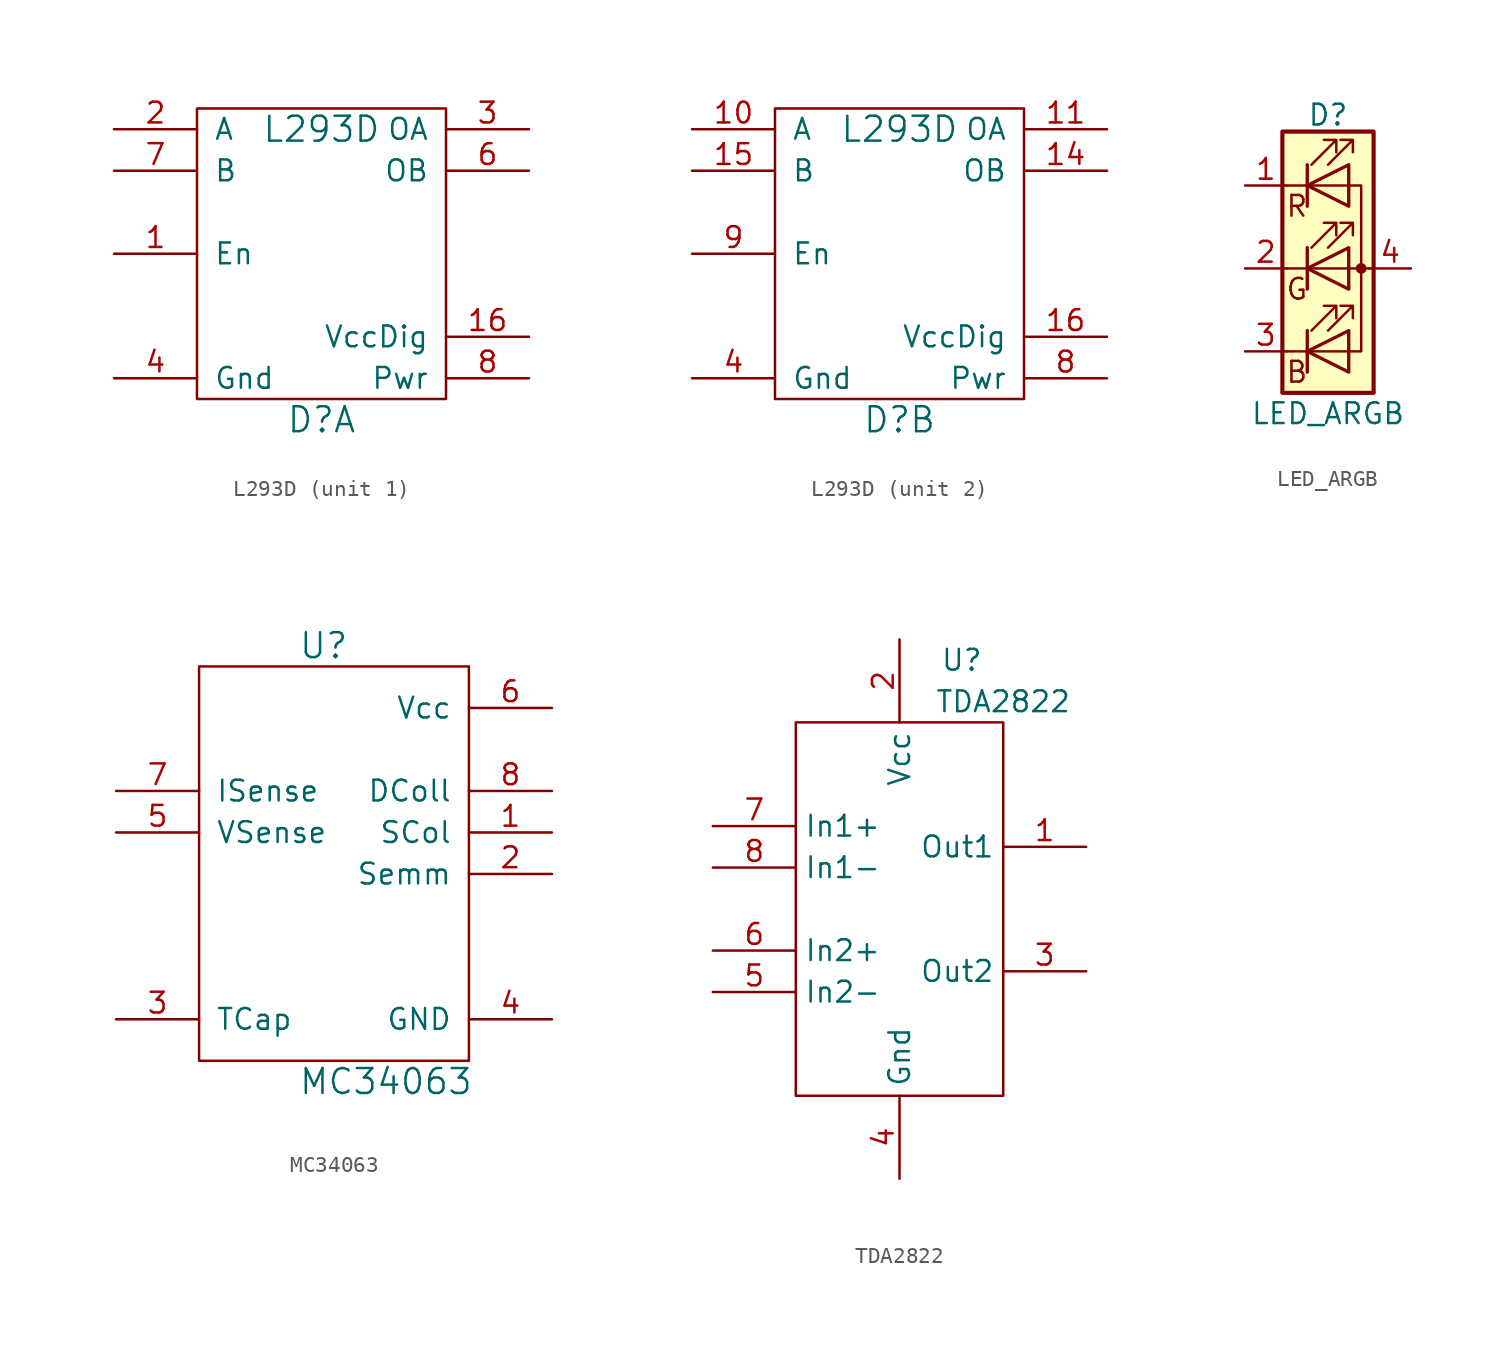
<source format=kicad_sym>
(kicad_symbol_lib
  (version 20211014)
  (generator kicad_symbol_editor)
  (symbol "L293D"
    (pin_names
      (offset 1.016))
    (property "Reference" "D"
      (at 3.81 0 0)
      (effects (font (size 1.524 1.524))))
    (property "Value" "L293D"
      (at 3.81 17.78 0)
      (effects (font (size 1.524 1.524))))
    (symbol "L293D_0_1"
      (rectangle (start -3.81 1.27) (end 11.43 19.05) (stroke (width 0) (type default) (color 0 0 0 0)) (fill (type none)))
      (pin power_in line (at 16.51 7.62 180) (length 5.08) hide (name "Gnd" (effects (font (size 1.27 1.27)))) (number "12" (effects (font (size 1.27 1.27)))))
      (pin power_in line (at 16.51 10.16 180) (length 5.08) hide (name "Gnd" (effects (font (size 1.27 1.27)))) (number "13" (effects (font (size 1.27 1.27)))))
      (pin power_in line (at 16.51 5.08 180) (length 5.08) (name "VccDig" (effects (font (size 1.27 1.27)))) (number "16" (effects (font (size 1.27 1.27)))))
      (pin power_in line (at -8.89 2.54 0) (length 5.08) (name "Gnd" (effects (font (size 1.27 1.27)))) (number "4" (effects (font (size 1.27 1.27)))))
      (pin power_in line (at -8.89 5.08 0) (length 5.08) hide (name "Gnd" (effects (font (size 1.27 1.27)))) (number "5" (effects (font (size 1.27 1.27)))))
      (pin power_in line (at 16.51 2.54 180) (length 5.08) (name "Pwr" (effects (font (size 1.27 1.27)))) (number "8" (effects (font (size 1.27 1.27))))))
    (symbol "L293D_1_1"
      (pin input line (at -8.89 10.16 0) (length 5.08) (name "En" (effects (font (size 1.27 1.27)))) (number "1" (effects (font (size 1.27 1.27)))))
      (pin input line (at -8.89 17.78 0) (length 5.08) (name "A" (effects (font (size 1.27 1.27)))) (number "2" (effects (font (size 1.27 1.27)))))
      (pin output line (at 16.51 17.78 180) (length 5.08) (name "OA" (effects (font (size 1.27 1.27)))) (number "3" (effects (font (size 1.27 1.27)))))
      (pin output line (at 16.51 15.24 180) (length 5.08) (name "OB" (effects (font (size 1.27 1.27)))) (number "6" (effects (font (size 1.27 1.27)))))
      (pin input line (at -8.89 15.24 0) (length 5.08) (name "B" (effects (font (size 1.27 1.27)))) (number "7" (effects (font (size 1.27 1.27))))))
    (symbol "L293D_2_1"
      (pin input line (at -8.89 17.78 0) (length 5.08) (name "A" (effects (font (size 1.27 1.27)))) (number "10" (effects (font (size 1.27 1.27)))))
      (pin output line (at 16.51 17.78 180) (length 5.08) (name "OA" (effects (font (size 1.27 1.27)))) (number "11" (effects (font (size 1.27 1.27)))))
      (pin output line (at 16.51 15.24 180) (length 5.08) (name "OB" (effects (font (size 1.27 1.27)))) (number "14" (effects (font (size 1.27 1.27)))))
      (pin input line (at -8.89 15.24 0) (length 5.08) (name "B" (effects (font (size 1.27 1.27)))) (number "15" (effects (font (size 1.27 1.27)))))
      (pin input line (at -8.89 10.16 0) (length 5.08) (name "En" (effects (font (size 1.27 1.27)))) (number "9" (effects (font (size 1.27 1.27)))))))
  (symbol "LED_ARGB"
    (pin_names
      (offset 0) hide)
    (property "Reference" "D"
      (at 0 9.398 0)
      (effects (font (size 1.27 1.27))))
    (property "Value" "LED_ARGB"
      (at 0 -8.89 0)
      (effects (font (size 1.27 1.27))))
    (symbol "LED_ARGB_0_0"
      (text "B" (at -1.905 -6.35 0) (effects (font (size 1.27 1.27))))
      (text "G" (at -1.905 -1.27 0) (effects (font (size 1.27 1.27))))
      (text "R" (at -1.905 3.81 0) (effects (font (size 1.27 1.27)))))
    (symbol "LED_ARGB_0_1"
      (polyline (pts (xy -2.54 -5.08) (xy 1.27 -5.08)) (stroke (width 0) (type default) (color 0 0 0 0)) (fill (type none)))
      (polyline (pts (xy -1.27 -3.81) (xy -1.27 -6.35)) (stroke (width 0.203) (type default) (color 0 0 0 0)) (fill (type none)))
      (polyline (pts (xy -1.27 1.27) (xy -1.27 -1.27)) (stroke (width 0.203) (type default) (color 0 0 0 0)) (fill (type none)))
      (polyline (pts (xy -1.27 6.35) (xy -1.27 3.81)) (stroke (width 0.203) (type default) (color 0 0 0 0)) (fill (type none)))
      (polyline (pts (xy 1.27 5.08) (xy -2.54 5.08)) (stroke (width 0) (type default) (color 0 0 0 0)) (fill (type none)))
      (polyline (pts (xy 2.54 0) (xy -2.54 0)) (stroke (width 0) (type default) (color 0 0 0 0)) (fill (type none)))
      (polyline (pts (xy 1.27 -5.08) (xy 2.032 -5.08) (xy 2.032 5.08) (xy 1.27 5.08)) (stroke (width 0) (type default) (color 0 0 0 0)) (fill (type none)))
      (polyline (pts (xy 1.27 -3.81) (xy 1.27 -6.35) (xy -1.27 -5.08) (xy 1.27 -3.81)) (stroke (width 0.203) (type default) (color 0 0 0 0)) (fill (type none)))
      (polyline (pts (xy 1.27 1.27) (xy 1.27 -1.27) (xy -1.27 0) (xy 1.27 1.27)) (stroke (width 0.203) (type default) (color 0 0 0 0)) (fill (type none)))
      (polyline (pts (xy 1.27 6.35) (xy 1.27 3.81) (xy -1.27 5.08) (xy 1.27 6.35)) (stroke (width 0.203) (type default) (color 0 0 0 0)) (fill (type none)))
      (polyline (pts (xy -1.016 -3.81) (xy 0.508 -2.286) (xy -0.254 -2.286) (xy 0.508 -2.286) (xy 0.508 -3.048)) (stroke (width 0) (type default) (color 0 0 0 0)) (fill (type none)))
      (polyline (pts (xy -1.016 1.27) (xy 0.508 2.794) (xy -0.254 2.794) (xy 0.508 2.794) (xy 0.508 2.032)) (stroke (width 0) (type default) (color 0 0 0 0)) (fill (type none)))
      (polyline (pts (xy -1.016 6.35) (xy 0.508 7.874) (xy -0.254 7.874) (xy 0.508 7.874) (xy 0.508 7.112)) (stroke (width 0) (type default) (color 0 0 0 0)) (fill (type none)))
      (polyline (pts (xy 0 -3.81) (xy 1.524 -2.286) (xy 0.762 -2.286) (xy 1.524 -2.286) (xy 1.524 -3.048)) (stroke (width 0) (type default) (color 0 0 0 0)) (fill (type none)))
      (polyline (pts (xy 0 1.27) (xy 1.524 2.794) (xy 0.762 2.794) (xy 1.524 2.794) (xy 1.524 2.032)) (stroke (width 0) (type default) (color 0 0 0 0)) (fill (type none)))
      (polyline (pts (xy 0 6.35) (xy 1.524 7.874) (xy 0.762 7.874) (xy 1.524 7.874) (xy 1.524 7.112)) (stroke (width 0) (type default) (color 0 0 0 0)) (fill (type none)))
      (rectangle (start 1.27 6.35) (end 1.27 6.35) (stroke (width 0) (type default) (color 0 0 0 0)) (fill (type none)))
      (circle (center 2.032 0) (radius 0.254) (stroke (width 0) (type default) (color 0 0 0 0)) (fill (type outline)))
      (rectangle (start 2.794 8.382) (end -2.794 -7.62) (stroke (width 0.254) (type default) (color 0 0 0 0)) (fill (type background))))
    (symbol "LED_ARGB_1_1"
      (pin passive line (at -5.08 5.08 0) (length 2.54) (name "RK" (effects (font (size 1.27 1.27)))) (number "1" (effects (font (size 1.27 1.27)))))
      (pin passive line (at -5.08 0 0) (length 2.54) (name "GK" (effects (font (size 1.27 1.27)))) (number "2" (effects (font (size 1.27 1.27)))))
      (pin passive line (at -5.08 -5.08 0) (length 2.54) (name "BK" (effects (font (size 1.27 1.27)))) (number "3" (effects (font (size 1.27 1.27)))))
      (pin passive line (at 5.08 0 180) (length 2.54) (name "A" (effects (font (size 1.27 1.27)))) (number "4" (effects (font (size 1.27 1.27)))))))
  (symbol "MC34063"
    (pin_names
      (offset 1.016))
    (property "Reference" "U"
      (at -3.81 16.51 0)
      (effects (font (size 1.524 1.524))))
    (property "Value" "MC34063"
      (at 0 -10.16 0)
      (effects (font (size 1.524 1.524))))
    (symbol "MC34063_0_1"
      (rectangle (start 5.08 15.24) (end -11.43 -8.89) (stroke (width 0) (type default) (color 0 0 0 0)) (fill (type none))))
    (symbol "MC34063_1_1"
      (pin open_collector line (at 10.16 5.08 180) (length 5.08) (name "SCol" (effects (font (size 1.27 1.27)))) (number "1" (effects (font (size 1.27 1.27)))))
      (pin open_emitter line (at 10.16 2.54 180) (length 5.08) (name "Semm" (effects (font (size 1.27 1.27)))) (number "2" (effects (font (size 1.27 1.27)))))
      (pin input line (at -16.51 -6.35 0) (length 5.08) (name "TCap" (effects (font (size 1.27 1.27)))) (number "3" (effects (font (size 1.27 1.27)))))
      (pin power_in line (at 10.16 -6.35 180) (length 5.08) (name "GND" (effects (font (size 1.27 1.27)))) (number "4" (effects (font (size 1.27 1.27)))))
      (pin input line (at -16.51 5.08 0) (length 5.08) (name "VSense" (effects (font (size 1.27 1.27)))) (number "5" (effects (font (size 1.27 1.27)))))
      (pin power_in line (at 10.16 12.7 180) (length 5.08) (name "Vcc" (effects (font (size 1.27 1.27)))) (number "6" (effects (font (size 1.27 1.27)))))
      (pin input line (at -16.51 7.62 0) (length 5.08) (name "ISense" (effects (font (size 1.27 1.27)))) (number "7" (effects (font (size 1.27 1.27)))))
      (pin open_collector line (at 10.16 7.62 180) (length 5.08) (name "DColl" (effects (font (size 1.27 1.27)))) (number "8" (effects (font (size 1.27 1.27)))))))
  (symbol "TDA2822"
    (property "Reference" "U"
      (at 3.81 15.24 0)
      (effects (font (size 1.27 1.27))))
    (property "Value" "TDA2822"
      (at 6.35 12.7 0)
      (effects (font (size 1.27 1.27))))
    (symbol "TDA2822_0_1"
      (rectangle (start -6.35 11.43) (end 6.35 -11.43) (stroke (width 0) (type default) (color 0 0 0 0)) (fill (type none))))
    (symbol "TDA2822_1_1"
      (pin output line (at 11.43 3.81 180) (length 5.08) (name "Out1" (effects (font (size 1.27 1.27)))) (number "1" (effects (font (size 1.27 1.27)))))
      (pin power_in line (at 0 16.51 270) (length 5.08) (name "Vcc" (effects (font (size 1.27 1.27)))) (number "2" (effects (font (size 1.27 1.27)))))
      (pin output line (at 11.43 -3.81 180) (length 5.08) (name "Out2" (effects (font (size 1.27 1.27)))) (number "3" (effects (font (size 1.27 1.27)))))
      (pin power_in line (at 0 -16.51 90) (length 5.08) (name "Gnd" (effects (font (size 1.27 1.27)))) (number "4" (effects (font (size 1.27 1.27)))))
      (pin input line (at -11.43 -5.08 0) (length 5.08) (name "In2-" (effects (font (size 1.27 1.27)))) (number "5" (effects (font (size 1.27 1.27)))))
      (pin input line (at -11.43 -2.54 0) (length 5.08) (name "In2+" (effects (font (size 1.27 1.27)))) (number "6" (effects (font (size 1.27 1.27)))))
      (pin input line (at -11.43 5.08 0) (length 5.08) (name "In1+" (effects (font (size 1.27 1.27)))) (number "7" (effects (font (size 1.27 1.27)))))
      (pin input line (at -11.43 2.54 0) (length 5.08) (name "In1-" (effects (font (size 1.27 1.27)))) (number "8" (effects (font (size 1.27 1.27))))))))
</source>
